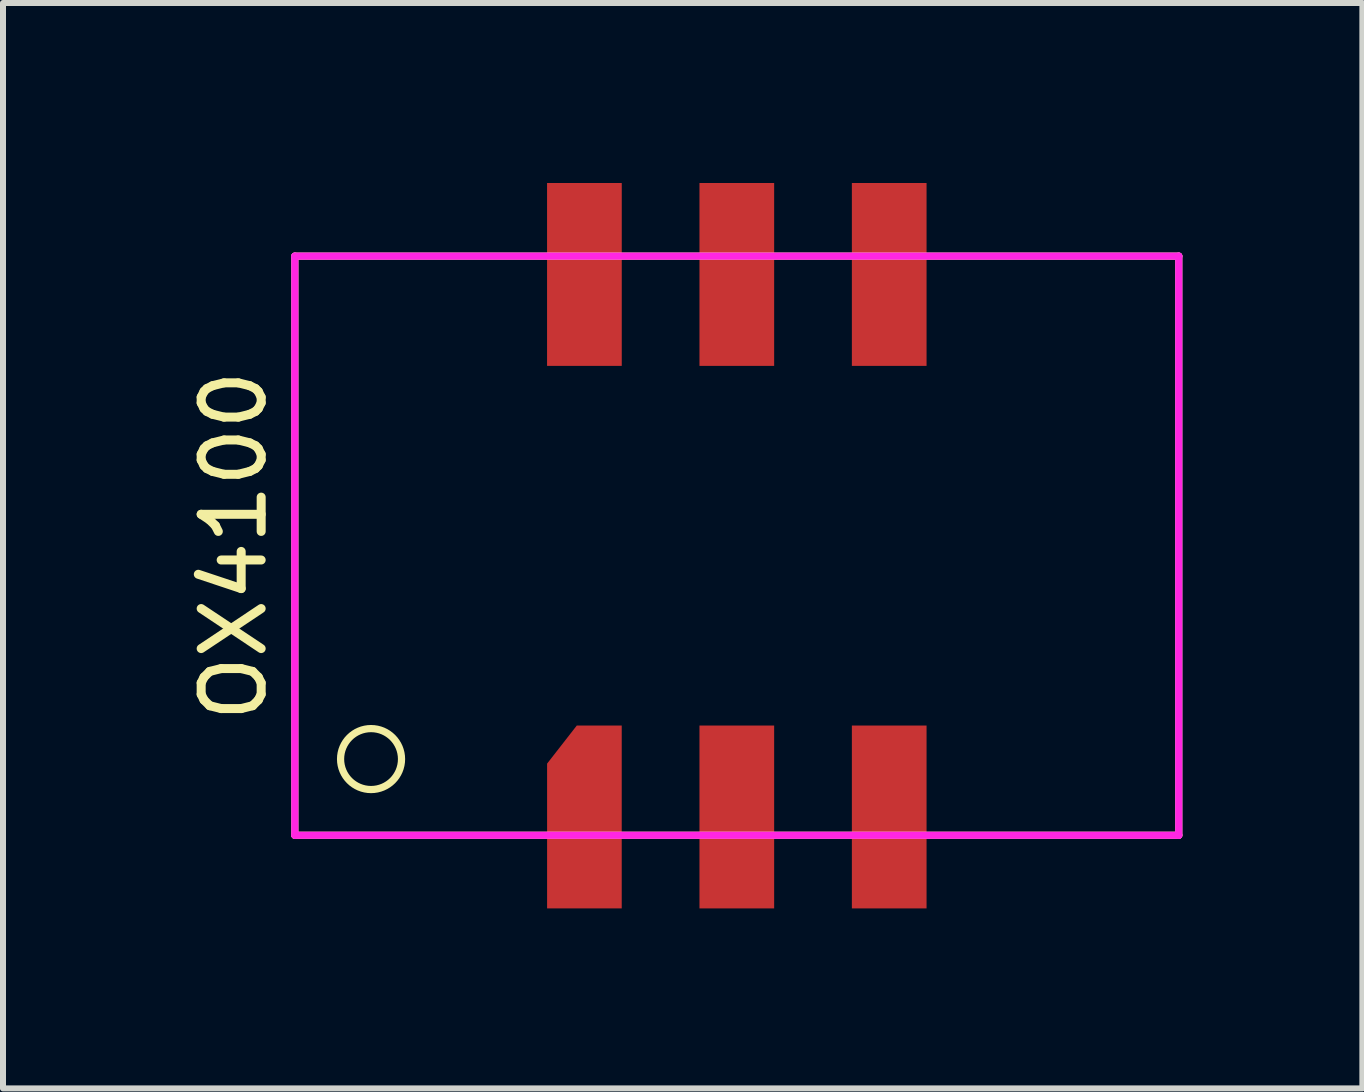
<source format=kicad_pcb>
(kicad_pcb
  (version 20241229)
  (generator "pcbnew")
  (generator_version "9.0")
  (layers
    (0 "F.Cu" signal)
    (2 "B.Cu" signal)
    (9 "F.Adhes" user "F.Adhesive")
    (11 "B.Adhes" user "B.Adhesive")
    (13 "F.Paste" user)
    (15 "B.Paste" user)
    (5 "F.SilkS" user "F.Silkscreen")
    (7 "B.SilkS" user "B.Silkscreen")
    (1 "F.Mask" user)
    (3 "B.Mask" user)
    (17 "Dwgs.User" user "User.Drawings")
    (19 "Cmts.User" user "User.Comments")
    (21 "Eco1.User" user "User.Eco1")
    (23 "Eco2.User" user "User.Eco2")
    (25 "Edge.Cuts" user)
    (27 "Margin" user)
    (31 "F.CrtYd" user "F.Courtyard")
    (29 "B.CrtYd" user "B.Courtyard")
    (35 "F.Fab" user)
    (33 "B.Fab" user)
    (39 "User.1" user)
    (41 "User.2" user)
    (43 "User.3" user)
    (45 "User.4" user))
  (footprint "OX4100"
    (layer "F.Cu")
    (at 9.23 6.045)
    (property "Reference" "OX4100" (at -8.382 0 90) (layer "F.SilkS") (effects (font (size 1 1) (thickness 0.15))))
    (attr through_hole)
    (fp_line (start -7.366 -4.826) (end -7.366 4.826) (stroke (width 0.12) (type solid)) (layer "F.SilkS"))
    (fp_line (start -7.366 4.826) (end 7.366 4.826) (stroke (width 0.12) (type solid)) (layer "F.SilkS"))
    (fp_line (start 7.366 -4.826) (end -7.366 -4.826) (stroke (width 0.12) (type solid)) (layer "F.SilkS"))
    (fp_line (start 7.366 4.826) (end 7.366 -4.826) (stroke (width 0.12) (type solid)) (layer "F.SilkS"))
    (fp_circle (center -6.096 3.556) (end -5.588 3.556) (stroke (width 0.12) (type solid)) (fill no) (layer "F.SilkS"))
    (fp_line (start -7.366 -4.826) (end 7.366 -4.826) (stroke (width 0.12) (type solid)) (layer "F.CrtYd"))
    (fp_line (start -7.366 4.826) (end -7.366 -4.826) (stroke (width 0.12) (type solid)) (layer "F.CrtYd"))
    (fp_line (start 7.366 -4.826) (end 7.366 4.826) (stroke (width 0.12) (type solid)) (layer "F.CrtYd"))
    (fp_line (start 7.366 4.826) (end -7.366 4.826) (stroke (width 0.12) (type solid)) (layer "F.CrtYd"))
    (pad "1" smd custom (at -2.54 4.521) (size 1.016 1.016) (layers "F.Cu" "F.Mask" "F.Paste") (options (anchor rect)) (primitives (gr_poly (pts (xy -0.622 1.524) (xy 0.622 1.524) (xy 0.622 -1.524) (xy -0.127 -1.524) (xy -0.622 -0.889)) (width 0) (fill yes))))
    (pad "2" smd rect (at 0 4.115) (size 1.245 3.048) (drill (offset 0 0.406)) (layers "F.Cu" "F.Mask" "F.Paste"))
    (pad "3" smd rect (at 2.54 4.115) (size 1.245 3.048) (drill (offset 0 0.406)) (layers "F.Cu" "F.Mask" "F.Paste"))
    (pad "4" smd rect (at 2.54 -4.115) (size 1.245 3.048) (drill (offset 0 -0.406)) (layers "F.Cu" "F.Mask" "F.Paste"))
    (pad "5" smd rect (at 0 -4.115) (size 1.245 3.048) (drill (offset 0 -0.406)) (layers "F.Cu" "F.Mask" "F.Paste"))
    (pad "6" smd rect (at -2.54 -4.115) (size 1.245 3.048) (drill (offset 0 -0.406)) (layers "F.Cu" "F.Mask" "F.Paste")))
  (gr_rect
    (start -3 -3)
    (end 19.656 15.09)
    (stroke (width 0.1) (type default))
    (fill no)
    (layer "Edge.Cuts")))
</source>
